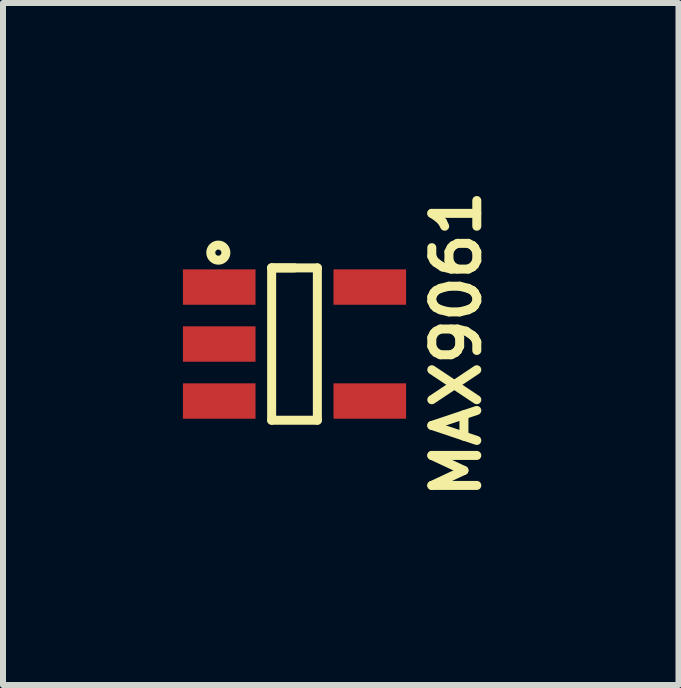
<source format=kicad_pcb>
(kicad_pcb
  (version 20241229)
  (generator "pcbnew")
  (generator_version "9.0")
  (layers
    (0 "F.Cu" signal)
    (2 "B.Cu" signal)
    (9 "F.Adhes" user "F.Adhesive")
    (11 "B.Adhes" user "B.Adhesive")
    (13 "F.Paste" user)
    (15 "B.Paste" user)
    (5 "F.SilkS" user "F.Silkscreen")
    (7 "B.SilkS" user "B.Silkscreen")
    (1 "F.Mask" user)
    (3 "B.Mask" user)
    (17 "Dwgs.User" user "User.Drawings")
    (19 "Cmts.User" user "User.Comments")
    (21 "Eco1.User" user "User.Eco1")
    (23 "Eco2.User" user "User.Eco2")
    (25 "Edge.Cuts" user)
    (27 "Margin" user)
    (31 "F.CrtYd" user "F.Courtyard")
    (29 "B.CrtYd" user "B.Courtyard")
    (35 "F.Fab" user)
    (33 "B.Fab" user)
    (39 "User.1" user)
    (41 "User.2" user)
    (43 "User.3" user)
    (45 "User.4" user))
  (footprint "MAX9061"
    (layer "F.Cu")
    (at 1.86 2.686)
    (property "Reference" "MAX9061" (at 2.7 0 90) (layer "F.SilkS") (effects (font (size 0.75 0.75) (thickness 0.15))))
    (attr smd)
    (fp_line (start -0.381 -1.27) (end 0 -1.27) (stroke (width 0.15) (type solid)) (layer "F.SilkS"))
    (fp_line (start -0.381 -1.27) (end 0.381 -1.27) (stroke (width 0.15) (type solid)) (layer "F.SilkS"))
    (fp_line (start -0.381 1.27) (end -0.381 -1.27) (stroke (width 0.15) (type solid)) (layer "F.SilkS"))
    (fp_line (start 0.381 -1.27) (end 0.381 1.27) (stroke (width 0.15) (type solid)) (layer "F.SilkS"))
    (fp_line (start 0.381 1.27) (end -0.381 1.27) (stroke (width 0.15) (type solid)) (layer "F.SilkS"))
    (fp_circle (center -1.27 -1.524) (end -1.219 -1.524) (stroke (width 0.15) (type solid)) (fill no) (layer "F.SilkS"))
    (pad "1" smd rect (at -1.255 -0.95 180) (size 1.21 0.59) (layers "F.Cu" "F.Mask" "F.Paste"))
    (pad "2" smd rect (at -1.255 0 180) (size 1.21 0.59) (layers "F.Cu" "F.Mask" "F.Paste"))
    (pad "3" smd rect (at -1.255 0.95 180) (size 1.21 0.59) (layers "F.Cu" "F.Mask" "F.Paste"))
    (pad "4" smd rect (at 1.255 0.95) (size 1.21 0.59) (layers "F.Cu" "F.Mask" "F.Paste"))
    (pad "5" smd rect (at 1.255 -0.95) (size 1.21 0.59) (layers "F.Cu" "F.Mask" "F.Paste")))
  (gr_rect
    (start -3 -3)
    (end 8.262 8.371)
    (stroke (width 0.1) (type default))
    (fill no)
    (layer "Edge.Cuts")))
</source>
